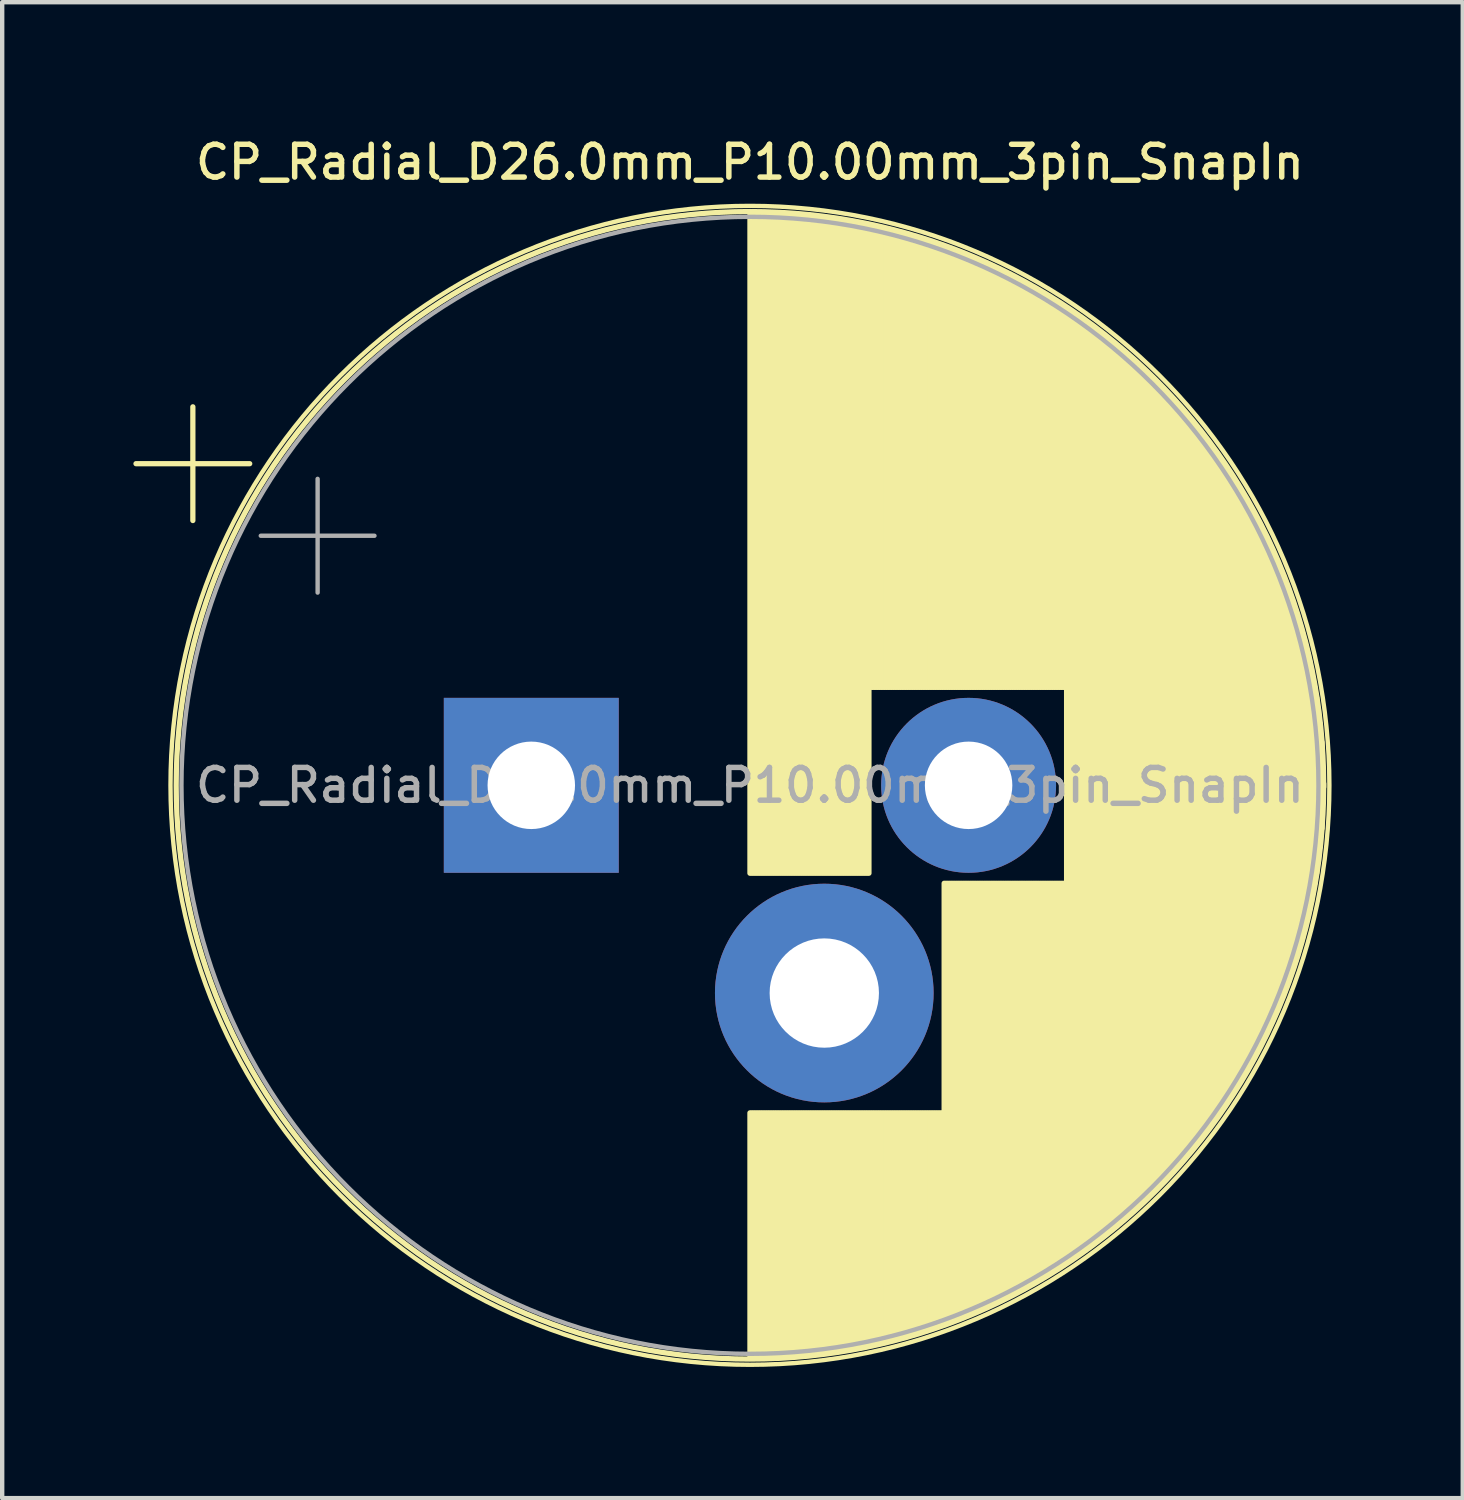
<source format=kicad_pcb>
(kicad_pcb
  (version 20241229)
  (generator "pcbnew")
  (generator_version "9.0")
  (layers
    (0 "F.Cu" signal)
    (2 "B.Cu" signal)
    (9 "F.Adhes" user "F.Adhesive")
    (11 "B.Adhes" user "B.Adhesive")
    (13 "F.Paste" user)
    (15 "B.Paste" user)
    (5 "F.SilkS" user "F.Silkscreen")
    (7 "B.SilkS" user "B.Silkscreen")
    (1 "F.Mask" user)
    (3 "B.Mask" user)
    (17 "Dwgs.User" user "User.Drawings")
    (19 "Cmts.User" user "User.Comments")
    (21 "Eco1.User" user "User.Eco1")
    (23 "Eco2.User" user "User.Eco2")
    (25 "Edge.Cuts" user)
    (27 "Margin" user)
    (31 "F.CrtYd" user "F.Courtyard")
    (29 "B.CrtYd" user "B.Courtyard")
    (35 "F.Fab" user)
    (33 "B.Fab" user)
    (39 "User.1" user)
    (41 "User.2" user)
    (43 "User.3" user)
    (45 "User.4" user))
  (footprint "CP_Radial_D26.0mm_P10.00mm_3pin_SnapIn"
    (layer "F.Cu")
    (at 9.099 14.908)
    (property "Reference" "CP_Radial_D26.0mm_P10.00mm_3pin_SnapIn" (at 5 -14.25 0) (layer "F.SilkS") (effects (font (size 0.75 0.75) (thickness 0.125))))
    (attr through_hole)
    (fp_line (start -9.039 -7.355) (end -6.439 -7.355) (stroke (width 0.12) (type solid)) (layer "F.SilkS"))
    (fp_line (start -7.739 -8.655) (end -7.739 -6.055) (stroke (width 0.12) (type solid)) (layer "F.SilkS"))
    (fp_line (start 5 -13.081) (end 5 2.01) (stroke (width 0.12) (type solid)) (layer "F.SilkS"))
    (fp_line (start 5 7.49) (end 5 13.081) (stroke (width 0.12) (type solid)) (layer "F.SilkS"))
    (fp_line (start 5.04 -13.08) (end 5.04 2.01) (stroke (width 0.12) (type solid)) (layer "F.SilkS"))
    (fp_line (start 5.04 7.49) (end 5.04 13.08) (stroke (width 0.12) (type solid)) (layer "F.SilkS"))
    (fp_line (start 5.08 -13.08) (end 5.08 2.01) (stroke (width 0.12) (type solid)) (layer "F.SilkS"))
    (fp_line (start 5.08 7.49) (end 5.08 13.08) (stroke (width 0.12) (type solid)) (layer "F.SilkS"))
    (fp_line (start 5.12 -13.08) (end 5.12 2.01) (stroke (width 0.12) (type solid)) (layer "F.SilkS"))
    (fp_line (start 5.12 7.49) (end 5.12 13.08) (stroke (width 0.12) (type solid)) (layer "F.SilkS"))
    (fp_line (start 5.16 -13.08) (end 5.16 2.01) (stroke (width 0.12) (type solid)) (layer "F.SilkS"))
    (fp_line (start 5.16 7.49) (end 5.16 13.08) (stroke (width 0.12) (type solid)) (layer "F.SilkS"))
    (fp_line (start 5.2 -13.079) (end 5.2 2.01) (stroke (width 0.12) (type solid)) (layer "F.SilkS"))
    (fp_line (start 5.2 7.49) (end 5.2 13.079) (stroke (width 0.12) (type solid)) (layer "F.SilkS"))
    (fp_line (start 5.24 -13.078) (end 5.24 2.01) (stroke (width 0.12) (type solid)) (layer "F.SilkS"))
    (fp_line (start 5.24 7.49) (end 5.24 13.078) (stroke (width 0.12) (type solid)) (layer "F.SilkS"))
    (fp_line (start 5.28 -13.078) (end 5.28 2.01) (stroke (width 0.12) (type solid)) (layer "F.SilkS"))
    (fp_line (start 5.28 7.49) (end 5.28 13.078) (stroke (width 0.12) (type solid)) (layer "F.SilkS"))
    (fp_line (start 5.32 -13.077) (end 5.32 2.01) (stroke (width 0.12) (type solid)) (layer "F.SilkS"))
    (fp_line (start 5.32 7.49) (end 5.32 13.077) (stroke (width 0.12) (type solid)) (layer "F.SilkS"))
    (fp_line (start 5.36 -13.076) (end 5.36 2.01) (stroke (width 0.12) (type solid)) (layer "F.SilkS"))
    (fp_line (start 5.36 7.49) (end 5.36 13.076) (stroke (width 0.12) (type solid)) (layer "F.SilkS"))
    (fp_line (start 5.4 -13.074) (end 5.4 2.01) (stroke (width 0.12) (type solid)) (layer "F.SilkS"))
    (fp_line (start 5.4 7.49) (end 5.4 13.074) (stroke (width 0.12) (type solid)) (layer "F.SilkS"))
    (fp_line (start 5.44 -13.073) (end 5.44 2.01) (stroke (width 0.12) (type solid)) (layer "F.SilkS"))
    (fp_line (start 5.44 7.49) (end 5.44 13.073) (stroke (width 0.12) (type solid)) (layer "F.SilkS"))
    (fp_line (start 5.48 -13.072) (end 5.48 2.01) (stroke (width 0.12) (type solid)) (layer "F.SilkS"))
    (fp_line (start 5.48 7.49) (end 5.48 13.072) (stroke (width 0.12) (type solid)) (layer "F.SilkS"))
    (fp_line (start 5.52 -13.07) (end 5.52 2.01) (stroke (width 0.12) (type solid)) (layer "F.SilkS"))
    (fp_line (start 5.52 7.49) (end 5.52 13.07) (stroke (width 0.12) (type solid)) (layer "F.SilkS"))
    (fp_line (start 5.56 -13.069) (end 5.56 2.01) (stroke (width 0.12) (type solid)) (layer "F.SilkS"))
    (fp_line (start 5.56 7.49) (end 5.56 13.069) (stroke (width 0.12) (type solid)) (layer "F.SilkS"))
    (fp_line (start 5.6 -13.067) (end 5.6 2.01) (stroke (width 0.12) (type solid)) (layer "F.SilkS"))
    (fp_line (start 5.6 7.49) (end 5.6 13.067) (stroke (width 0.12) (type solid)) (layer "F.SilkS"))
    (fp_line (start 5.64 -13.065) (end 5.64 2.01) (stroke (width 0.12) (type solid)) (layer "F.SilkS"))
    (fp_line (start 5.64 7.49) (end 5.64 13.065) (stroke (width 0.12) (type solid)) (layer "F.SilkS"))
    (fp_line (start 5.68 -13.063) (end 5.68 2.01) (stroke (width 0.12) (type solid)) (layer "F.SilkS"))
    (fp_line (start 5.68 7.49) (end 5.68 13.063) (stroke (width 0.12) (type solid)) (layer "F.SilkS"))
    (fp_line (start 5.721 -13.061) (end 5.721 2.01) (stroke (width 0.12) (type solid)) (layer "F.SilkS"))
    (fp_line (start 5.721 7.49) (end 5.721 13.061) (stroke (width 0.12) (type solid)) (layer "F.SilkS"))
    (fp_line (start 5.761 -13.058) (end 5.761 2.01) (stroke (width 0.12) (type solid)) (layer "F.SilkS"))
    (fp_line (start 5.761 7.49) (end 5.761 13.058) (stroke (width 0.12) (type solid)) (layer "F.SilkS"))
    (fp_line (start 5.801 -13.056) (end 5.801 2.01) (stroke (width 0.12) (type solid)) (layer "F.SilkS"))
    (fp_line (start 5.801 7.49) (end 5.801 13.056) (stroke (width 0.12) (type solid)) (layer "F.SilkS"))
    (fp_line (start 5.841 -13.054) (end 5.841 2.01) (stroke (width 0.12) (type solid)) (layer "F.SilkS"))
    (fp_line (start 5.841 7.49) (end 5.841 13.054) (stroke (width 0.12) (type solid)) (layer "F.SilkS"))
    (fp_line (start 5.881 -13.051) (end 5.881 2.01) (stroke (width 0.12) (type solid)) (layer "F.SilkS"))
    (fp_line (start 5.881 7.49) (end 5.881 13.051) (stroke (width 0.12) (type solid)) (layer "F.SilkS"))
    (fp_line (start 5.921 -13.048) (end 5.921 2.01) (stroke (width 0.12) (type solid)) (layer "F.SilkS"))
    (fp_line (start 5.921 7.49) (end 5.921 13.048) (stroke (width 0.12) (type solid)) (layer "F.SilkS"))
    (fp_line (start 5.961 -13.045) (end 5.961 2.01) (stroke (width 0.12) (type solid)) (layer "F.SilkS"))
    (fp_line (start 5.961 7.49) (end 5.961 13.045) (stroke (width 0.12) (type solid)) (layer "F.SilkS"))
    (fp_line (start 6.001 -13.042) (end 6.001 2.01) (stroke (width 0.12) (type solid)) (layer "F.SilkS"))
    (fp_line (start 6.001 7.49) (end 6.001 13.042) (stroke (width 0.12) (type solid)) (layer "F.SilkS"))
    (fp_line (start 6.041 -13.039) (end 6.041 2.01) (stroke (width 0.12) (type solid)) (layer "F.SilkS"))
    (fp_line (start 6.041 7.49) (end 6.041 13.039) (stroke (width 0.12) (type solid)) (layer "F.SilkS"))
    (fp_line (start 6.081 -13.036) (end 6.081 2.01) (stroke (width 0.12) (type solid)) (layer "F.SilkS"))
    (fp_line (start 6.081 7.49) (end 6.081 13.036) (stroke (width 0.12) (type solid)) (layer "F.SilkS"))
    (fp_line (start 6.121 -13.033) (end 6.121 2.01) (stroke (width 0.12) (type solid)) (layer "F.SilkS"))
    (fp_line (start 6.121 7.49) (end 6.121 13.033) (stroke (width 0.12) (type solid)) (layer "F.SilkS"))
    (fp_line (start 6.161 -13.029) (end 6.161 2.01) (stroke (width 0.12) (type solid)) (layer "F.SilkS"))
    (fp_line (start 6.161 7.49) (end 6.161 13.029) (stroke (width 0.12) (type solid)) (layer "F.SilkS"))
    (fp_line (start 6.201 -13.026) (end 6.201 2.01) (stroke (width 0.12) (type solid)) (layer "F.SilkS"))
    (fp_line (start 6.201 7.49) (end 6.201 13.026) (stroke (width 0.12) (type solid)) (layer "F.SilkS"))
    (fp_line (start 6.241 -13.022) (end 6.241 2.01) (stroke (width 0.12) (type solid)) (layer "F.SilkS"))
    (fp_line (start 6.241 7.49) (end 6.241 13.022) (stroke (width 0.12) (type solid)) (layer "F.SilkS"))
    (fp_line (start 6.281 -13.018) (end 6.281 2.01) (stroke (width 0.12) (type solid)) (layer "F.SilkS"))
    (fp_line (start 6.281 7.49) (end 6.281 13.018) (stroke (width 0.12) (type solid)) (layer "F.SilkS"))
    (fp_line (start 6.321 -13.014) (end 6.321 2.01) (stroke (width 0.12) (type solid)) (layer "F.SilkS"))
    (fp_line (start 6.321 7.49) (end 6.321 13.014) (stroke (width 0.12) (type solid)) (layer "F.SilkS"))
    (fp_line (start 6.361 -13.01) (end 6.361 2.01) (stroke (width 0.12) (type solid)) (layer "F.SilkS"))
    (fp_line (start 6.361 7.49) (end 6.361 13.01) (stroke (width 0.12) (type solid)) (layer "F.SilkS"))
    (fp_line (start 6.401 -13.006) (end 6.401 2.01) (stroke (width 0.12) (type solid)) (layer "F.SilkS"))
    (fp_line (start 6.401 7.49) (end 6.401 13.006) (stroke (width 0.12) (type solid)) (layer "F.SilkS"))
    (fp_line (start 6.441 -13.001) (end 6.441 2.01) (stroke (width 0.12) (type solid)) (layer "F.SilkS"))
    (fp_line (start 6.441 7.49) (end 6.441 13.001) (stroke (width 0.12) (type solid)) (layer "F.SilkS"))
    (fp_line (start 6.481 -12.997) (end 6.481 2.01) (stroke (width 0.12) (type solid)) (layer "F.SilkS"))
    (fp_line (start 6.481 7.49) (end 6.481 12.997) (stroke (width 0.12) (type solid)) (layer "F.SilkS"))
    (fp_line (start 6.521 -12.992) (end 6.521 2.01) (stroke (width 0.12) (type solid)) (layer "F.SilkS"))
    (fp_line (start 6.521 7.49) (end 6.521 12.992) (stroke (width 0.12) (type solid)) (layer "F.SilkS"))
    (fp_line (start 6.561 -12.987) (end 6.561 2.01) (stroke (width 0.12) (type solid)) (layer "F.SilkS"))
    (fp_line (start 6.561 7.49) (end 6.561 12.987) (stroke (width 0.12) (type solid)) (layer "F.SilkS"))
    (fp_line (start 6.601 -12.983) (end 6.601 2.01) (stroke (width 0.12) (type solid)) (layer "F.SilkS"))
    (fp_line (start 6.601 7.49) (end 6.601 12.983) (stroke (width 0.12) (type solid)) (layer "F.SilkS"))
    (fp_line (start 6.641 -12.978) (end 6.641 2.01) (stroke (width 0.12) (type solid)) (layer "F.SilkS"))
    (fp_line (start 6.641 7.49) (end 6.641 12.978) (stroke (width 0.12) (type solid)) (layer "F.SilkS"))
    (fp_line (start 6.681 -12.972) (end 6.681 2.01) (stroke (width 0.12) (type solid)) (layer "F.SilkS"))
    (fp_line (start 6.681 7.49) (end 6.681 12.972) (stroke (width 0.12) (type solid)) (layer "F.SilkS"))
    (fp_line (start 6.721 -12.967) (end 6.721 2.01) (stroke (width 0.12) (type solid)) (layer "F.SilkS"))
    (fp_line (start 6.721 7.49) (end 6.721 12.967) (stroke (width 0.12) (type solid)) (layer "F.SilkS"))
    (fp_line (start 6.761 -12.962) (end 6.761 2.01) (stroke (width 0.12) (type solid)) (layer "F.SilkS"))
    (fp_line (start 6.761 7.49) (end 6.761 12.962) (stroke (width 0.12) (type solid)) (layer "F.SilkS"))
    (fp_line (start 6.801 -12.956) (end 6.801 2.01) (stroke (width 0.12) (type solid)) (layer "F.SilkS"))
    (fp_line (start 6.801 7.49) (end 6.801 12.956) (stroke (width 0.12) (type solid)) (layer "F.SilkS"))
    (fp_line (start 6.841 -12.951) (end 6.841 2.01) (stroke (width 0.12) (type solid)) (layer "F.SilkS"))
    (fp_line (start 6.841 7.49) (end 6.841 12.951) (stroke (width 0.12) (type solid)) (layer "F.SilkS"))
    (fp_line (start 6.881 -12.945) (end 6.881 2.01) (stroke (width 0.12) (type solid)) (layer "F.SilkS"))
    (fp_line (start 6.881 7.49) (end 6.881 12.945) (stroke (width 0.12) (type solid)) (layer "F.SilkS"))
    (fp_line (start 6.921 -12.939) (end 6.921 2.01) (stroke (width 0.12) (type solid)) (layer "F.SilkS"))
    (fp_line (start 6.921 7.49) (end 6.921 12.939) (stroke (width 0.12) (type solid)) (layer "F.SilkS"))
    (fp_line (start 6.961 -12.933) (end 6.961 2.01) (stroke (width 0.12) (type solid)) (layer "F.SilkS"))
    (fp_line (start 6.961 7.49) (end 6.961 12.933) (stroke (width 0.12) (type solid)) (layer "F.SilkS"))
    (fp_line (start 7.001 -12.927) (end 7.001 2.01) (stroke (width 0.12) (type solid)) (layer "F.SilkS"))
    (fp_line (start 7.001 7.49) (end 7.001 12.927) (stroke (width 0.12) (type solid)) (layer "F.SilkS"))
    (fp_line (start 7.041 -12.921) (end 7.041 2.01) (stroke (width 0.12) (type solid)) (layer "F.SilkS"))
    (fp_line (start 7.041 7.49) (end 7.041 12.921) (stroke (width 0.12) (type solid)) (layer "F.SilkS"))
    (fp_line (start 7.081 -12.915) (end 7.081 2.01) (stroke (width 0.12) (type solid)) (layer "F.SilkS"))
    (fp_line (start 7.081 7.49) (end 7.081 12.915) (stroke (width 0.12) (type solid)) (layer "F.SilkS"))
    (fp_line (start 7.121 -12.908) (end 7.121 2.01) (stroke (width 0.12) (type solid)) (layer "F.SilkS"))
    (fp_line (start 7.121 7.49) (end 7.121 12.908) (stroke (width 0.12) (type solid)) (layer "F.SilkS"))
    (fp_line (start 7.161 -12.901) (end 7.161 2.01) (stroke (width 0.12) (type solid)) (layer "F.SilkS"))
    (fp_line (start 7.161 7.49) (end 7.161 12.901) (stroke (width 0.12) (type solid)) (layer "F.SilkS"))
    (fp_line (start 7.201 -12.895) (end 7.201 2.01) (stroke (width 0.12) (type solid)) (layer "F.SilkS"))
    (fp_line (start 7.201 7.49) (end 7.201 12.895) (stroke (width 0.12) (type solid)) (layer "F.SilkS"))
    (fp_line (start 7.241 -12.888) (end 7.241 2.01) (stroke (width 0.12) (type solid)) (layer "F.SilkS"))
    (fp_line (start 7.241 7.49) (end 7.241 12.888) (stroke (width 0.12) (type solid)) (layer "F.SilkS"))
    (fp_line (start 7.281 -12.881) (end 7.281 2.01) (stroke (width 0.12) (type solid)) (layer "F.SilkS"))
    (fp_line (start 7.281 7.49) (end 7.281 12.881) (stroke (width 0.12) (type solid)) (layer "F.SilkS"))
    (fp_line (start 7.321 -12.874) (end 7.321 2.01) (stroke (width 0.12) (type solid)) (layer "F.SilkS"))
    (fp_line (start 7.321 7.49) (end 7.321 12.874) (stroke (width 0.12) (type solid)) (layer "F.SilkS"))
    (fp_line (start 7.361 -12.866) (end 7.361 2.01) (stroke (width 0.12) (type solid)) (layer "F.SilkS"))
    (fp_line (start 7.361 7.49) (end 7.361 12.866) (stroke (width 0.12) (type solid)) (layer "F.SilkS"))
    (fp_line (start 7.401 -12.859) (end 7.401 2.01) (stroke (width 0.12) (type solid)) (layer "F.SilkS"))
    (fp_line (start 7.401 7.49) (end 7.401 12.859) (stroke (width 0.12) (type solid)) (layer "F.SilkS"))
    (fp_line (start 7.441 -12.852) (end 7.441 2.01) (stroke (width 0.12) (type solid)) (layer "F.SilkS"))
    (fp_line (start 7.441 7.49) (end 7.441 12.852) (stroke (width 0.12) (type solid)) (layer "F.SilkS"))
    (fp_line (start 7.481 -12.844) (end 7.481 2.01) (stroke (width 0.12) (type solid)) (layer "F.SilkS"))
    (fp_line (start 7.481 7.49) (end 7.481 12.844) (stroke (width 0.12) (type solid)) (layer "F.SilkS"))
    (fp_line (start 7.521 -12.836) (end 7.521 2.01) (stroke (width 0.12) (type solid)) (layer "F.SilkS"))
    (fp_line (start 7.521 7.49) (end 7.521 12.836) (stroke (width 0.12) (type solid)) (layer "F.SilkS"))
    (fp_line (start 7.561 -12.828) (end 7.561 2.01) (stroke (width 0.12) (type solid)) (layer "F.SilkS"))
    (fp_line (start 7.561 7.49) (end 7.561 12.828) (stroke (width 0.12) (type solid)) (layer "F.SilkS"))
    (fp_line (start 7.601 -12.82) (end 7.601 2.01) (stroke (width 0.12) (type solid)) (layer "F.SilkS"))
    (fp_line (start 7.601 7.49) (end 7.601 12.82) (stroke (width 0.12) (type solid)) (layer "F.SilkS"))
    (fp_line (start 7.641 -12.812) (end 7.641 2.01) (stroke (width 0.12) (type solid)) (layer "F.SilkS"))
    (fp_line (start 7.641 7.49) (end 7.641 12.812) (stroke (width 0.12) (type solid)) (layer "F.SilkS"))
    (fp_line (start 7.681 -12.804) (end 7.681 2.01) (stroke (width 0.12) (type solid)) (layer "F.SilkS"))
    (fp_line (start 7.681 7.49) (end 7.681 12.804) (stroke (width 0.12) (type solid)) (layer "F.SilkS"))
    (fp_line (start 7.721 -12.795) (end 7.721 2.01) (stroke (width 0.12) (type solid)) (layer "F.SilkS"))
    (fp_line (start 7.721 7.49) (end 7.721 12.795) (stroke (width 0.12) (type solid)) (layer "F.SilkS"))
    (fp_line (start 7.761 -12.787) (end 7.761 -2.24) (stroke (width 0.12) (type solid)) (layer "F.SilkS"))
    (fp_line (start 7.761 7.49) (end 7.761 12.787) (stroke (width 0.12) (type solid)) (layer "F.SilkS"))
    (fp_line (start 7.801 -12.778) (end 7.801 -2.24) (stroke (width 0.12) (type solid)) (layer "F.SilkS"))
    (fp_line (start 7.801 7.49) (end 7.801 12.778) (stroke (width 0.12) (type solid)) (layer "F.SilkS"))
    (fp_line (start 7.841 -12.769) (end 7.841 -2.24) (stroke (width 0.12) (type solid)) (layer "F.SilkS"))
    (fp_line (start 7.841 7.49) (end 7.841 12.769) (stroke (width 0.12) (type solid)) (layer "F.SilkS"))
    (fp_line (start 7.881 -12.761) (end 7.881 -2.24) (stroke (width 0.12) (type solid)) (layer "F.SilkS"))
    (fp_line (start 7.881 7.49) (end 7.881 12.761) (stroke (width 0.12) (type solid)) (layer "F.SilkS"))
    (fp_line (start 7.921 -12.751) (end 7.921 -2.24) (stroke (width 0.12) (type solid)) (layer "F.SilkS"))
    (fp_line (start 7.921 7.49) (end 7.921 12.751) (stroke (width 0.12) (type solid)) (layer "F.SilkS"))
    (fp_line (start 7.961 -12.742) (end 7.961 -2.24) (stroke (width 0.12) (type solid)) (layer "F.SilkS"))
    (fp_line (start 7.961 7.49) (end 7.961 12.742) (stroke (width 0.12) (type solid)) (layer "F.SilkS"))
    (fp_line (start 8.001 -12.733) (end 8.001 -2.24) (stroke (width 0.12) (type solid)) (layer "F.SilkS"))
    (fp_line (start 8.001 7.49) (end 8.001 12.733) (stroke (width 0.12) (type solid)) (layer "F.SilkS"))
    (fp_line (start 8.041 -12.723) (end 8.041 -2.24) (stroke (width 0.12) (type solid)) (layer "F.SilkS"))
    (fp_line (start 8.041 7.49) (end 8.041 12.723) (stroke (width 0.12) (type solid)) (layer "F.SilkS"))
    (fp_line (start 8.081 -12.714) (end 8.081 -2.24) (stroke (width 0.12) (type solid)) (layer "F.SilkS"))
    (fp_line (start 8.081 7.49) (end 8.081 12.714) (stroke (width 0.12) (type solid)) (layer "F.SilkS"))
    (fp_line (start 8.121 -12.704) (end 8.121 -2.24) (stroke (width 0.12) (type solid)) (layer "F.SilkS"))
    (fp_line (start 8.121 7.49) (end 8.121 12.704) (stroke (width 0.12) (type solid)) (layer "F.SilkS"))
    (fp_line (start 8.161 -12.694) (end 8.161 -2.24) (stroke (width 0.12) (type solid)) (layer "F.SilkS"))
    (fp_line (start 8.161 7.49) (end 8.161 12.694) (stroke (width 0.12) (type solid)) (layer "F.SilkS"))
    (fp_line (start 8.201 -12.684) (end 8.201 -2.24) (stroke (width 0.12) (type solid)) (layer "F.SilkS"))
    (fp_line (start 8.201 7.49) (end 8.201 12.684) (stroke (width 0.12) (type solid)) (layer "F.SilkS"))
    (fp_line (start 8.241 -12.674) (end 8.241 -2.24) (stroke (width 0.12) (type solid)) (layer "F.SilkS"))
    (fp_line (start 8.241 7.49) (end 8.241 12.674) (stroke (width 0.12) (type solid)) (layer "F.SilkS"))
    (fp_line (start 8.281 -12.664) (end 8.281 -2.24) (stroke (width 0.12) (type solid)) (layer "F.SilkS"))
    (fp_line (start 8.281 7.49) (end 8.281 12.664) (stroke (width 0.12) (type solid)) (layer "F.SilkS"))
    (fp_line (start 8.321 -12.653) (end 8.321 -2.24) (stroke (width 0.12) (type solid)) (layer "F.SilkS"))
    (fp_line (start 8.321 7.49) (end 8.321 12.653) (stroke (width 0.12) (type solid)) (layer "F.SilkS"))
    (fp_line (start 8.361 -12.643) (end 8.361 -2.24) (stroke (width 0.12) (type solid)) (layer "F.SilkS"))
    (fp_line (start 8.361 7.49) (end 8.361 12.643) (stroke (width 0.12) (type solid)) (layer "F.SilkS"))
    (fp_line (start 8.401 -12.632) (end 8.401 -2.24) (stroke (width 0.12) (type solid)) (layer "F.SilkS"))
    (fp_line (start 8.401 7.49) (end 8.401 12.632) (stroke (width 0.12) (type solid)) (layer "F.SilkS"))
    (fp_line (start 8.441 -12.621) (end 8.441 -2.24) (stroke (width 0.12) (type solid)) (layer "F.SilkS"))
    (fp_line (start 8.441 7.49) (end 8.441 12.621) (stroke (width 0.12) (type solid)) (layer "F.SilkS"))
    (fp_line (start 8.481 -12.611) (end 8.481 -2.24) (stroke (width 0.12) (type solid)) (layer "F.SilkS"))
    (fp_line (start 8.481 7.49) (end 8.481 12.611) (stroke (width 0.12) (type solid)) (layer "F.SilkS"))
    (fp_line (start 8.521 -12.599) (end 8.521 -2.24) (stroke (width 0.12) (type solid)) (layer "F.SilkS"))
    (fp_line (start 8.521 7.49) (end 8.521 12.599) (stroke (width 0.12) (type solid)) (layer "F.SilkS"))
    (fp_line (start 8.561 -12.588) (end 8.561 -2.24) (stroke (width 0.12) (type solid)) (layer "F.SilkS"))
    (fp_line (start 8.561 7.49) (end 8.561 12.588) (stroke (width 0.12) (type solid)) (layer "F.SilkS"))
    (fp_line (start 8.601 -12.577) (end 8.601 -2.24) (stroke (width 0.12) (type solid)) (layer "F.SilkS"))
    (fp_line (start 8.601 7.49) (end 8.601 12.577) (stroke (width 0.12) (type solid)) (layer "F.SilkS"))
    (fp_line (start 8.641 -12.565) (end 8.641 -2.24) (stroke (width 0.12) (type solid)) (layer "F.SilkS"))
    (fp_line (start 8.641 7.49) (end 8.641 12.565) (stroke (width 0.12) (type solid)) (layer "F.SilkS"))
    (fp_line (start 8.681 -12.554) (end 8.681 -2.24) (stroke (width 0.12) (type solid)) (layer "F.SilkS"))
    (fp_line (start 8.681 7.49) (end 8.681 12.554) (stroke (width 0.12) (type solid)) (layer "F.SilkS"))
    (fp_line (start 8.721 -12.542) (end 8.721 -2.24) (stroke (width 0.12) (type solid)) (layer "F.SilkS"))
    (fp_line (start 8.721 7.49) (end 8.721 12.542) (stroke (width 0.12) (type solid)) (layer "F.SilkS"))
    (fp_line (start 8.761 -12.53) (end 8.761 -2.24) (stroke (width 0.12) (type solid)) (layer "F.SilkS"))
    (fp_line (start 8.761 7.49) (end 8.761 12.53) (stroke (width 0.12) (type solid)) (layer "F.SilkS"))
    (fp_line (start 8.801 -12.518) (end 8.801 -2.24) (stroke (width 0.12) (type solid)) (layer "F.SilkS"))
    (fp_line (start 8.801 7.49) (end 8.801 12.518) (stroke (width 0.12) (type solid)) (layer "F.SilkS"))
    (fp_line (start 8.841 -12.506) (end 8.841 -2.24) (stroke (width 0.12) (type solid)) (layer "F.SilkS"))
    (fp_line (start 8.841 7.49) (end 8.841 12.506) (stroke (width 0.12) (type solid)) (layer "F.SilkS"))
    (fp_line (start 8.881 -12.494) (end 8.881 -2.24) (stroke (width 0.12) (type solid)) (layer "F.SilkS"))
    (fp_line (start 8.881 7.49) (end 8.881 12.494) (stroke (width 0.12) (type solid)) (layer "F.SilkS"))
    (fp_line (start 8.921 -12.481) (end 8.921 -2.24) (stroke (width 0.12) (type solid)) (layer "F.SilkS"))
    (fp_line (start 8.921 7.49) (end 8.921 12.481) (stroke (width 0.12) (type solid)) (layer "F.SilkS"))
    (fp_line (start 8.961 -12.469) (end 8.961 -2.24) (stroke (width 0.12) (type solid)) (layer "F.SilkS"))
    (fp_line (start 8.961 7.49) (end 8.961 12.469) (stroke (width 0.12) (type solid)) (layer "F.SilkS"))
    (fp_line (start 9.001 -12.456) (end 9.001 -2.24) (stroke (width 0.12) (type solid)) (layer "F.SilkS"))
    (fp_line (start 9.001 7.49) (end 9.001 12.456) (stroke (width 0.12) (type solid)) (layer "F.SilkS"))
    (fp_line (start 9.041 -12.443) (end 9.041 -2.24) (stroke (width 0.12) (type solid)) (layer "F.SilkS"))
    (fp_line (start 9.041 7.49) (end 9.041 12.443) (stroke (width 0.12) (type solid)) (layer "F.SilkS"))
    (fp_line (start 9.081 -12.43) (end 9.081 -2.24) (stroke (width 0.12) (type solid)) (layer "F.SilkS"))
    (fp_line (start 9.081 7.49) (end 9.081 12.43) (stroke (width 0.12) (type solid)) (layer "F.SilkS"))
    (fp_line (start 9.121 -12.417) (end 9.121 -2.24) (stroke (width 0.12) (type solid)) (layer "F.SilkS"))
    (fp_line (start 9.121 7.49) (end 9.121 12.417) (stroke (width 0.12) (type solid)) (layer "F.SilkS"))
    (fp_line (start 9.161 -12.404) (end 9.161 -2.24) (stroke (width 0.12) (type solid)) (layer "F.SilkS"))
    (fp_line (start 9.161 7.49) (end 9.161 12.404) (stroke (width 0.12) (type solid)) (layer "F.SilkS"))
    (fp_line (start 9.201 -12.39) (end 9.201 -2.24) (stroke (width 0.12) (type solid)) (layer "F.SilkS"))
    (fp_line (start 9.201 7.49) (end 9.201 12.39) (stroke (width 0.12) (type solid)) (layer "F.SilkS"))
    (fp_line (start 9.241 -12.376) (end 9.241 -2.24) (stroke (width 0.12) (type solid)) (layer "F.SilkS"))
    (fp_line (start 9.241 7.49) (end 9.241 12.376) (stroke (width 0.12) (type solid)) (layer "F.SilkS"))
    (fp_line (start 9.281 -12.363) (end 9.281 -2.24) (stroke (width 0.12) (type solid)) (layer "F.SilkS"))
    (fp_line (start 9.281 7.49) (end 9.281 12.363) (stroke (width 0.12) (type solid)) (layer "F.SilkS"))
    (fp_line (start 9.321 -12.349) (end 9.321 -2.24) (stroke (width 0.12) (type solid)) (layer "F.SilkS"))
    (fp_line (start 9.321 7.49) (end 9.321 12.349) (stroke (width 0.12) (type solid)) (layer "F.SilkS"))
    (fp_line (start 9.361 -12.335) (end 9.361 -2.24) (stroke (width 0.12) (type solid)) (layer "F.SilkS"))
    (fp_line (start 9.361 7.49) (end 9.361 12.335) (stroke (width 0.12) (type solid)) (layer "F.SilkS"))
    (fp_line (start 9.401 -12.321) (end 9.401 -2.24) (stroke (width 0.12) (type solid)) (layer "F.SilkS"))
    (fp_line (start 9.401 7.49) (end 9.401 12.321) (stroke (width 0.12) (type solid)) (layer "F.SilkS"))
    (fp_line (start 9.441 -12.306) (end 9.441 -2.24) (stroke (width 0.12) (type solid)) (layer "F.SilkS"))
    (fp_line (start 9.441 2.24) (end 9.441 12.306) (stroke (width 0.12) (type solid)) (layer "F.SilkS"))
    (fp_line (start 9.481 -12.292) (end 9.481 -2.24) (stroke (width 0.12) (type solid)) (layer "F.SilkS"))
    (fp_line (start 9.481 2.24) (end 9.481 12.292) (stroke (width 0.12) (type solid)) (layer "F.SilkS"))
    (fp_line (start 9.521 -12.277) (end 9.521 -2.24) (stroke (width 0.12) (type solid)) (layer "F.SilkS"))
    (fp_line (start 9.521 2.24) (end 9.521 12.277) (stroke (width 0.12) (type solid)) (layer "F.SilkS"))
    (fp_line (start 9.561 -12.263) (end 9.561 -2.24) (stroke (width 0.12) (type solid)) (layer "F.SilkS"))
    (fp_line (start 9.561 2.24) (end 9.561 12.263) (stroke (width 0.12) (type solid)) (layer "F.SilkS"))
    (fp_line (start 9.601 -12.248) (end 9.601 -2.24) (stroke (width 0.12) (type solid)) (layer "F.SilkS"))
    (fp_line (start 9.601 2.24) (end 9.601 12.248) (stroke (width 0.12) (type solid)) (layer "F.SilkS"))
    (fp_line (start 9.641 -12.233) (end 9.641 -2.24) (stroke (width 0.12) (type solid)) (layer "F.SilkS"))
    (fp_line (start 9.641 2.24) (end 9.641 12.233) (stroke (width 0.12) (type solid)) (layer "F.SilkS"))
    (fp_line (start 9.681 -12.217) (end 9.681 -2.24) (stroke (width 0.12) (type solid)) (layer "F.SilkS"))
    (fp_line (start 9.681 2.24) (end 9.681 12.217) (stroke (width 0.12) (type solid)) (layer "F.SilkS"))
    (fp_line (start 9.721 -12.202) (end 9.721 -2.24) (stroke (width 0.12) (type solid)) (layer "F.SilkS"))
    (fp_line (start 9.721 2.24) (end 9.721 12.202) (stroke (width 0.12) (type solid)) (layer "F.SilkS"))
    (fp_line (start 9.761 -12.187) (end 9.761 -2.24) (stroke (width 0.12) (type solid)) (layer "F.SilkS"))
    (fp_line (start 9.761 2.24) (end 9.761 12.187) (stroke (width 0.12) (type solid)) (layer "F.SilkS"))
    (fp_line (start 9.801 -12.171) (end 9.801 -2.24) (stroke (width 0.12) (type solid)) (layer "F.SilkS"))
    (fp_line (start 9.801 2.24) (end 9.801 12.171) (stroke (width 0.12) (type solid)) (layer "F.SilkS"))
    (fp_line (start 9.841 -12.155) (end 9.841 -2.24) (stroke (width 0.12) (type solid)) (layer "F.SilkS"))
    (fp_line (start 9.841 2.24) (end 9.841 12.155) (stroke (width 0.12) (type solid)) (layer "F.SilkS"))
    (fp_line (start 9.881 -12.139) (end 9.881 -2.24) (stroke (width 0.12) (type solid)) (layer "F.SilkS"))
    (fp_line (start 9.881 2.24) (end 9.881 12.139) (stroke (width 0.12) (type solid)) (layer "F.SilkS"))
    (fp_line (start 9.921 -12.123) (end 9.921 -2.24) (stroke (width 0.12) (type solid)) (layer "F.SilkS"))
    (fp_line (start 9.921 2.24) (end 9.921 12.123) (stroke (width 0.12) (type solid)) (layer "F.SilkS"))
    (fp_line (start 9.961 -12.107) (end 9.961 -2.24) (stroke (width 0.12) (type solid)) (layer "F.SilkS"))
    (fp_line (start 9.961 2.24) (end 9.961 12.107) (stroke (width 0.12) (type solid)) (layer "F.SilkS"))
    (fp_line (start 10.001 -12.09) (end 10.001 -2.24) (stroke (width 0.12) (type solid)) (layer "F.SilkS"))
    (fp_line (start 10.001 2.24) (end 10.001 12.09) (stroke (width 0.12) (type solid)) (layer "F.SilkS"))
    (fp_line (start 10.041 -12.074) (end 10.041 -2.24) (stroke (width 0.12) (type solid)) (layer "F.SilkS"))
    (fp_line (start 10.041 2.24) (end 10.041 12.074) (stroke (width 0.12) (type solid)) (layer "F.SilkS"))
    (fp_line (start 10.081 -12.057) (end 10.081 -2.24) (stroke (width 0.12) (type solid)) (layer "F.SilkS"))
    (fp_line (start 10.081 2.24) (end 10.081 12.057) (stroke (width 0.12) (type solid)) (layer "F.SilkS"))
    (fp_line (start 10.121 -12.04) (end 10.121 -2.24) (stroke (width 0.12) (type solid)) (layer "F.SilkS"))
    (fp_line (start 10.121 2.24) (end 10.121 12.04) (stroke (width 0.12) (type solid)) (layer "F.SilkS"))
    (fp_line (start 10.161 -12.023) (end 10.161 -2.24) (stroke (width 0.12) (type solid)) (layer "F.SilkS"))
    (fp_line (start 10.161 2.24) (end 10.161 12.023) (stroke (width 0.12) (type solid)) (layer "F.SilkS"))
    (fp_line (start 10.201 -12.006) (end 10.201 -2.24) (stroke (width 0.12) (type solid)) (layer "F.SilkS"))
    (fp_line (start 10.201 2.24) (end 10.201 12.006) (stroke (width 0.12) (type solid)) (layer "F.SilkS"))
    (fp_line (start 10.241 -11.989) (end 10.241 -2.24) (stroke (width 0.12) (type solid)) (layer "F.SilkS"))
    (fp_line (start 10.241 2.24) (end 10.241 11.989) (stroke (width 0.12) (type solid)) (layer "F.SilkS"))
    (fp_line (start 10.281 -11.971) (end 10.281 -2.24) (stroke (width 0.12) (type solid)) (layer "F.SilkS"))
    (fp_line (start 10.281 2.24) (end 10.281 11.971) (stroke (width 0.12) (type solid)) (layer "F.SilkS"))
    (fp_line (start 10.321 -11.953) (end 10.321 -2.24) (stroke (width 0.12) (type solid)) (layer "F.SilkS"))
    (fp_line (start 10.321 2.24) (end 10.321 11.953) (stroke (width 0.12) (type solid)) (layer "F.SilkS"))
    (fp_line (start 10.361 -11.936) (end 10.361 -2.24) (stroke (width 0.12) (type solid)) (layer "F.SilkS"))
    (fp_line (start 10.361 2.24) (end 10.361 11.936) (stroke (width 0.12) (type solid)) (layer "F.SilkS"))
    (fp_line (start 10.401 -11.918) (end 10.401 -2.24) (stroke (width 0.12) (type solid)) (layer "F.SilkS"))
    (fp_line (start 10.401 2.24) (end 10.401 11.918) (stroke (width 0.12) (type solid)) (layer "F.SilkS"))
    (fp_line (start 10.441 -11.9) (end 10.441 -2.24) (stroke (width 0.12) (type solid)) (layer "F.SilkS"))
    (fp_line (start 10.441 2.24) (end 10.441 11.9) (stroke (width 0.12) (type solid)) (layer "F.SilkS"))
    (fp_line (start 10.481 -11.881) (end 10.481 -2.24) (stroke (width 0.12) (type solid)) (layer "F.SilkS"))
    (fp_line (start 10.481 2.24) (end 10.481 11.881) (stroke (width 0.12) (type solid)) (layer "F.SilkS"))
    (fp_line (start 10.521 -11.863) (end 10.521 -2.24) (stroke (width 0.12) (type solid)) (layer "F.SilkS"))
    (fp_line (start 10.521 2.24) (end 10.521 11.863) (stroke (width 0.12) (type solid)) (layer "F.SilkS"))
    (fp_line (start 10.561 -11.844) (end 10.561 -2.24) (stroke (width 0.12) (type solid)) (layer "F.SilkS"))
    (fp_line (start 10.561 2.24) (end 10.561 11.844) (stroke (width 0.12) (type solid)) (layer "F.SilkS"))
    (fp_line (start 10.601 -11.825) (end 10.601 -2.24) (stroke (width 0.12) (type solid)) (layer "F.SilkS"))
    (fp_line (start 10.601 2.24) (end 10.601 11.825) (stroke (width 0.12) (type solid)) (layer "F.SilkS"))
    (fp_line (start 10.641 -11.806) (end 10.641 -2.24) (stroke (width 0.12) (type solid)) (layer "F.SilkS"))
    (fp_line (start 10.641 2.24) (end 10.641 11.806) (stroke (width 0.12) (type solid)) (layer "F.SilkS"))
    (fp_line (start 10.681 -11.787) (end 10.681 -2.24) (stroke (width 0.12) (type solid)) (layer "F.SilkS"))
    (fp_line (start 10.681 2.24) (end 10.681 11.787) (stroke (width 0.12) (type solid)) (layer "F.SilkS"))
    (fp_line (start 10.721 -11.768) (end 10.721 -2.24) (stroke (width 0.12) (type solid)) (layer "F.SilkS"))
    (fp_line (start 10.721 2.24) (end 10.721 11.768) (stroke (width 0.12) (type solid)) (layer "F.SilkS"))
    (fp_line (start 10.761 -11.748) (end 10.761 -2.24) (stroke (width 0.12) (type solid)) (layer "F.SilkS"))
    (fp_line (start 10.761 2.24) (end 10.761 11.748) (stroke (width 0.12) (type solid)) (layer "F.SilkS"))
    (fp_line (start 10.801 -11.729) (end 10.801 -2.24) (stroke (width 0.12) (type solid)) (layer "F.SilkS"))
    (fp_line (start 10.801 2.24) (end 10.801 11.729) (stroke (width 0.12) (type solid)) (layer "F.SilkS"))
    (fp_line (start 10.841 -11.709) (end 10.841 -2.24) (stroke (width 0.12) (type solid)) (layer "F.SilkS"))
    (fp_line (start 10.841 2.24) (end 10.841 11.709) (stroke (width 0.12) (type solid)) (layer "F.SilkS"))
    (fp_line (start 10.881 -11.689) (end 10.881 -2.24) (stroke (width 0.12) (type solid)) (layer "F.SilkS"))
    (fp_line (start 10.881 2.24) (end 10.881 11.689) (stroke (width 0.12) (type solid)) (layer "F.SilkS"))
    (fp_line (start 10.921 -11.669) (end 10.921 -2.24) (stroke (width 0.12) (type solid)) (layer "F.SilkS"))
    (fp_line (start 10.921 2.24) (end 10.921 11.669) (stroke (width 0.12) (type solid)) (layer "F.SilkS"))
    (fp_line (start 10.961 -11.649) (end 10.961 -2.24) (stroke (width 0.12) (type solid)) (layer "F.SilkS"))
    (fp_line (start 10.961 2.24) (end 10.961 11.649) (stroke (width 0.12) (type solid)) (layer "F.SilkS"))
    (fp_line (start 11.001 -11.628) (end 11.001 -2.24) (stroke (width 0.12) (type solid)) (layer "F.SilkS"))
    (fp_line (start 11.001 2.24) (end 11.001 11.628) (stroke (width 0.12) (type solid)) (layer "F.SilkS"))
    (fp_line (start 11.041 -11.608) (end 11.041 -2.24) (stroke (width 0.12) (type solid)) (layer "F.SilkS"))
    (fp_line (start 11.041 2.24) (end 11.041 11.608) (stroke (width 0.12) (type solid)) (layer "F.SilkS"))
    (fp_line (start 11.081 -11.587) (end 11.081 -2.24) (stroke (width 0.12) (type solid)) (layer "F.SilkS"))
    (fp_line (start 11.081 2.24) (end 11.081 11.587) (stroke (width 0.12) (type solid)) (layer "F.SilkS"))
    (fp_line (start 11.121 -11.566) (end 11.121 -2.24) (stroke (width 0.12) (type solid)) (layer "F.SilkS"))
    (fp_line (start 11.121 2.24) (end 11.121 11.566) (stroke (width 0.12) (type solid)) (layer "F.SilkS"))
    (fp_line (start 11.161 -11.544) (end 11.161 -2.24) (stroke (width 0.12) (type solid)) (layer "F.SilkS"))
    (fp_line (start 11.161 2.24) (end 11.161 11.544) (stroke (width 0.12) (type solid)) (layer "F.SilkS"))
    (fp_line (start 11.201 -11.523) (end 11.201 -2.24) (stroke (width 0.12) (type solid)) (layer "F.SilkS"))
    (fp_line (start 11.201 2.24) (end 11.201 11.523) (stroke (width 0.12) (type solid)) (layer "F.SilkS"))
    (fp_line (start 11.241 -11.502) (end 11.241 -2.24) (stroke (width 0.12) (type solid)) (layer "F.SilkS"))
    (fp_line (start 11.241 2.24) (end 11.241 11.502) (stroke (width 0.12) (type solid)) (layer "F.SilkS"))
    (fp_line (start 11.281 -11.48) (end 11.281 -2.24) (stroke (width 0.12) (type solid)) (layer "F.SilkS"))
    (fp_line (start 11.281 2.24) (end 11.281 11.48) (stroke (width 0.12) (type solid)) (layer "F.SilkS"))
    (fp_line (start 11.321 -11.458) (end 11.321 -2.24) (stroke (width 0.12) (type solid)) (layer "F.SilkS"))
    (fp_line (start 11.321 2.24) (end 11.321 11.458) (stroke (width 0.12) (type solid)) (layer "F.SilkS"))
    (fp_line (start 11.361 -11.436) (end 11.361 -2.24) (stroke (width 0.12) (type solid)) (layer "F.SilkS"))
    (fp_line (start 11.361 2.24) (end 11.361 11.436) (stroke (width 0.12) (type solid)) (layer "F.SilkS"))
    (fp_line (start 11.401 -11.414) (end 11.401 -2.24) (stroke (width 0.12) (type solid)) (layer "F.SilkS"))
    (fp_line (start 11.401 2.24) (end 11.401 11.414) (stroke (width 0.12) (type solid)) (layer "F.SilkS"))
    (fp_line (start 11.441 -11.391) (end 11.441 -2.24) (stroke (width 0.12) (type solid)) (layer "F.SilkS"))
    (fp_line (start 11.441 2.24) (end 11.441 11.391) (stroke (width 0.12) (type solid)) (layer "F.SilkS"))
    (fp_line (start 11.481 -11.369) (end 11.481 -2.24) (stroke (width 0.12) (type solid)) (layer "F.SilkS"))
    (fp_line (start 11.481 2.24) (end 11.481 11.369) (stroke (width 0.12) (type solid)) (layer "F.SilkS"))
    (fp_line (start 11.521 -11.346) (end 11.521 -2.24) (stroke (width 0.12) (type solid)) (layer "F.SilkS"))
    (fp_line (start 11.521 2.24) (end 11.521 11.346) (stroke (width 0.12) (type solid)) (layer "F.SilkS"))
    (fp_line (start 11.561 -11.323) (end 11.561 -2.24) (stroke (width 0.12) (type solid)) (layer "F.SilkS"))
    (fp_line (start 11.561 2.24) (end 11.561 11.323) (stroke (width 0.12) (type solid)) (layer "F.SilkS"))
    (fp_line (start 11.601 -11.3) (end 11.601 -2.24) (stroke (width 0.12) (type solid)) (layer "F.SilkS"))
    (fp_line (start 11.601 2.24) (end 11.601 11.3) (stroke (width 0.12) (type solid)) (layer "F.SilkS"))
    (fp_line (start 11.641 -11.276) (end 11.641 -2.24) (stroke (width 0.12) (type solid)) (layer "F.SilkS"))
    (fp_line (start 11.641 2.24) (end 11.641 11.276) (stroke (width 0.12) (type solid)) (layer "F.SilkS"))
    (fp_line (start 11.681 -11.253) (end 11.681 -2.24) (stroke (width 0.12) (type solid)) (layer "F.SilkS"))
    (fp_line (start 11.681 2.24) (end 11.681 11.253) (stroke (width 0.12) (type solid)) (layer "F.SilkS"))
    (fp_line (start 11.721 -11.229) (end 11.721 -2.24) (stroke (width 0.12) (type solid)) (layer "F.SilkS"))
    (fp_line (start 11.721 2.24) (end 11.721 11.229) (stroke (width 0.12) (type solid)) (layer "F.SilkS"))
    (fp_line (start 11.761 -11.205) (end 11.761 -2.24) (stroke (width 0.12) (type solid)) (layer "F.SilkS"))
    (fp_line (start 11.761 2.24) (end 11.761 11.205) (stroke (width 0.12) (type solid)) (layer "F.SilkS"))
    (fp_line (start 11.801 -11.181) (end 11.801 -2.24) (stroke (width 0.12) (type solid)) (layer "F.SilkS"))
    (fp_line (start 11.801 2.24) (end 11.801 11.181) (stroke (width 0.12) (type solid)) (layer "F.SilkS"))
    (fp_line (start 11.841 -11.156) (end 11.841 -2.24) (stroke (width 0.12) (type solid)) (layer "F.SilkS"))
    (fp_line (start 11.841 2.24) (end 11.841 11.156) (stroke (width 0.12) (type solid)) (layer "F.SilkS"))
    (fp_line (start 11.881 -11.132) (end 11.881 -2.24) (stroke (width 0.12) (type solid)) (layer "F.SilkS"))
    (fp_line (start 11.881 2.24) (end 11.881 11.132) (stroke (width 0.12) (type solid)) (layer "F.SilkS"))
    (fp_line (start 11.921 -11.107) (end 11.921 -2.24) (stroke (width 0.12) (type solid)) (layer "F.SilkS"))
    (fp_line (start 11.921 2.24) (end 11.921 11.107) (stroke (width 0.12) (type solid)) (layer "F.SilkS"))
    (fp_line (start 11.961 -11.082) (end 11.961 -2.24) (stroke (width 0.12) (type solid)) (layer "F.SilkS"))
    (fp_line (start 11.961 2.24) (end 11.961 11.082) (stroke (width 0.12) (type solid)) (layer "F.SilkS"))
    (fp_line (start 12.001 -11.057) (end 12.001 -2.24) (stroke (width 0.12) (type solid)) (layer "F.SilkS"))
    (fp_line (start 12.001 2.24) (end 12.001 11.057) (stroke (width 0.12) (type solid)) (layer "F.SilkS"))
    (fp_line (start 12.041 -11.032) (end 12.041 -2.24) (stroke (width 0.12) (type solid)) (layer "F.SilkS"))
    (fp_line (start 12.041 2.24) (end 12.041 11.032) (stroke (width 0.12) (type solid)) (layer "F.SilkS"))
    (fp_line (start 12.081 -11.006) (end 12.081 -2.24) (stroke (width 0.12) (type solid)) (layer "F.SilkS"))
    (fp_line (start 12.081 2.24) (end 12.081 11.006) (stroke (width 0.12) (type solid)) (layer "F.SilkS"))
    (fp_line (start 12.121 -10.98) (end 12.121 -2.24) (stroke (width 0.12) (type solid)) (layer "F.SilkS"))
    (fp_line (start 12.121 2.24) (end 12.121 10.98) (stroke (width 0.12) (type solid)) (layer "F.SilkS"))
    (fp_line (start 12.161 -10.955) (end 12.161 -2.24) (stroke (width 0.12) (type solid)) (layer "F.SilkS"))
    (fp_line (start 12.161 2.24) (end 12.161 10.955) (stroke (width 0.12) (type solid)) (layer "F.SilkS"))
    (fp_line (start 12.201 -10.928) (end 12.201 -2.24) (stroke (width 0.12) (type solid)) (layer "F.SilkS"))
    (fp_line (start 12.201 2.24) (end 12.201 10.928) (stroke (width 0.12) (type solid)) (layer "F.SilkS"))
    (fp_line (start 12.241 -10.902) (end 12.241 10.902) (stroke (width 0.12) (type solid)) (layer "F.SilkS"))
    (fp_line (start 12.281 -10.875) (end 12.281 10.875) (stroke (width 0.12) (type solid)) (layer "F.SilkS"))
    (fp_line (start 12.321 -10.849) (end 12.321 10.849) (stroke (width 0.12) (type solid)) (layer "F.SilkS"))
    (fp_line (start 12.361 -10.822) (end 12.361 10.822) (stroke (width 0.12) (type solid)) (layer "F.SilkS"))
    (fp_line (start 12.401 -10.794) (end 12.401 10.794) (stroke (width 0.12) (type solid)) (layer "F.SilkS"))
    (fp_line (start 12.441 -10.767) (end 12.441 10.767) (stroke (width 0.12) (type solid)) (layer "F.SilkS"))
    (fp_line (start 12.481 -10.739) (end 12.481 10.739) (stroke (width 0.12) (type solid)) (layer "F.SilkS"))
    (fp_line (start 12.521 -10.711) (end 12.521 10.711) (stroke (width 0.12) (type solid)) (layer "F.SilkS"))
    (fp_line (start 12.561 -10.683) (end 12.561 10.683) (stroke (width 0.12) (type solid)) (layer "F.SilkS"))
    (fp_line (start 12.601 -10.655) (end 12.601 10.655) (stroke (width 0.12) (type solid)) (layer "F.SilkS"))
    (fp_line (start 12.641 -10.627) (end 12.641 10.627) (stroke (width 0.12) (type solid)) (layer "F.SilkS"))
    (fp_line (start 12.681 -10.598) (end 12.681 10.598) (stroke (width 0.12) (type solid)) (layer "F.SilkS"))
    (fp_line (start 12.721 -10.569) (end 12.721 10.569) (stroke (width 0.12) (type solid)) (layer "F.SilkS"))
    (fp_line (start 12.761 -10.54) (end 12.761 10.54) (stroke (width 0.12) (type solid)) (layer "F.SilkS"))
    (fp_line (start 12.801 -10.51) (end 12.801 10.51) (stroke (width 0.12) (type solid)) (layer "F.SilkS"))
    (fp_line (start 12.841 -10.48) (end 12.841 10.48) (stroke (width 0.12) (type solid)) (layer "F.SilkS"))
    (fp_line (start 12.881 -10.45) (end 12.881 10.45) (stroke (width 0.12) (type solid)) (layer "F.SilkS"))
    (fp_line (start 12.921 -10.42) (end 12.921 10.42) (stroke (width 0.12) (type solid)) (layer "F.SilkS"))
    (fp_line (start 12.961 -10.39) (end 12.961 10.39) (stroke (width 0.12) (type solid)) (layer "F.SilkS"))
    (fp_line (start 13.001 -10.359) (end 13.001 10.359) (stroke (width 0.12) (type solid)) (layer "F.SilkS"))
    (fp_line (start 13.041 -10.328) (end 13.041 10.328) (stroke (width 0.12) (type solid)) (layer "F.SilkS"))
    (fp_line (start 13.081 -10.297) (end 13.081 10.297) (stroke (width 0.12) (type solid)) (layer "F.SilkS"))
    (fp_line (start 13.121 -10.266) (end 13.121 10.266) (stroke (width 0.12) (type solid)) (layer "F.SilkS"))
    (fp_line (start 13.161 -10.234) (end 13.161 10.234) (stroke (width 0.12) (type solid)) (layer "F.SilkS"))
    (fp_line (start 13.2 -10.202) (end 13.2 10.202) (stroke (width 0.12) (type solid)) (layer "F.SilkS"))
    (fp_line (start 13.24 -10.17) (end 13.24 10.17) (stroke (width 0.12) (type solid)) (layer "F.SilkS"))
    (fp_line (start 13.28 -10.138) (end 13.28 10.138) (stroke (width 0.12) (type solid)) (layer "F.SilkS"))
    (fp_line (start 13.32 -10.105) (end 13.32 10.105) (stroke (width 0.12) (type solid)) (layer "F.SilkS"))
    (fp_line (start 13.36 -10.072) (end 13.36 10.072) (stroke (width 0.12) (type solid)) (layer "F.SilkS"))
    (fp_line (start 13.4 -10.039) (end 13.4 10.039) (stroke (width 0.12) (type solid)) (layer "F.SilkS"))
    (fp_line (start 13.44 -10.005) (end 13.44 10.005) (stroke (width 0.12) (type solid)) (layer "F.SilkS"))
    (fp_line (start 13.48 -9.972) (end 13.48 9.972) (stroke (width 0.12) (type solid)) (layer "F.SilkS"))
    (fp_line (start 13.52 -9.938) (end 13.52 9.938) (stroke (width 0.12) (type solid)) (layer "F.SilkS"))
    (fp_line (start 13.56 -9.903) (end 13.56 9.903) (stroke (width 0.12) (type solid)) (layer "F.SilkS"))
    (fp_line (start 13.6 -9.869) (end 13.6 9.869) (stroke (width 0.12) (type solid)) (layer "F.SilkS"))
    (fp_line (start 13.64 -9.834) (end 13.64 9.834) (stroke (width 0.12) (type solid)) (layer "F.SilkS"))
    (fp_line (start 13.68 -9.799) (end 13.68 9.799) (stroke (width 0.12) (type solid)) (layer "F.SilkS"))
    (fp_line (start 13.72 -9.763) (end 13.72 9.763) (stroke (width 0.12) (type solid)) (layer "F.SilkS"))
    (fp_line (start 13.76 -9.728) (end 13.76 9.728) (stroke (width 0.12) (type solid)) (layer "F.SilkS"))
    (fp_line (start 13.8 -9.692) (end 13.8 9.692) (stroke (width 0.12) (type solid)) (layer "F.SilkS"))
    (fp_line (start 13.84 -9.655) (end 13.84 9.655) (stroke (width 0.12) (type solid)) (layer "F.SilkS"))
    (fp_line (start 13.88 -9.619) (end 13.88 9.619) (stroke (width 0.12) (type solid)) (layer "F.SilkS"))
    (fp_line (start 13.92 -9.582) (end 13.92 9.582) (stroke (width 0.12) (type solid)) (layer "F.SilkS"))
    (fp_line (start 13.96 -9.544) (end 13.96 9.544) (stroke (width 0.12) (type solid)) (layer "F.SilkS"))
    (fp_line (start 14 -9.507) (end 14 9.507) (stroke (width 0.12) (type solid)) (layer "F.SilkS"))
    (fp_line (start 14.04 -9.469) (end 14.04 9.469) (stroke (width 0.12) (type solid)) (layer "F.SilkS"))
    (fp_line (start 14.08 -9.431) (end 14.08 9.431) (stroke (width 0.12) (type solid)) (layer "F.SilkS"))
    (fp_line (start 14.12 -9.392) (end 14.12 9.392) (stroke (width 0.12) (type solid)) (layer "F.SilkS"))
    (fp_line (start 14.16 -9.354) (end 14.16 9.354) (stroke (width 0.12) (type solid)) (layer "F.SilkS"))
    (fp_line (start 14.2 -9.314) (end 14.2 9.314) (stroke (width 0.12) (type solid)) (layer "F.SilkS"))
    (fp_line (start 14.24 -9.275) (end 14.24 9.275) (stroke (width 0.12) (type solid)) (layer "F.SilkS"))
    (fp_line (start 14.28 -9.235) (end 14.28 9.235) (stroke (width 0.12) (type solid)) (layer "F.SilkS"))
    (fp_line (start 14.32 -9.195) (end 14.32 9.195) (stroke (width 0.12) (type solid)) (layer "F.SilkS"))
    (fp_line (start 14.36 -9.154) (end 14.36 9.154) (stroke (width 0.12) (type solid)) (layer "F.SilkS"))
    (fp_line (start 14.4 -9.113) (end 14.4 9.113) (stroke (width 0.12) (type solid)) (layer "F.SilkS"))
    (fp_line (start 14.44 -9.072) (end 14.44 9.072) (stroke (width 0.12) (type solid)) (layer "F.SilkS"))
    (fp_line (start 14.48 -9.03) (end 14.48 9.03) (stroke (width 0.12) (type solid)) (layer "F.SilkS"))
    (fp_line (start 14.52 -8.988) (end 14.52 8.988) (stroke (width 0.12) (type solid)) (layer "F.SilkS"))
    (fp_line (start 14.56 -8.946) (end 14.56 8.946) (stroke (width 0.12) (type solid)) (layer "F.SilkS"))
    (fp_line (start 14.6 -8.903) (end 14.6 8.903) (stroke (width 0.12) (type solid)) (layer "F.SilkS"))
    (fp_line (start 14.64 -8.86) (end 14.64 8.86) (stroke (width 0.12) (type solid)) (layer "F.SilkS"))
    (fp_line (start 14.68 -8.817) (end 14.68 8.817) (stroke (width 0.12) (type solid)) (layer "F.SilkS"))
    (fp_line (start 14.72 -8.773) (end 14.72 8.773) (stroke (width 0.12) (type solid)) (layer "F.SilkS"))
    (fp_line (start 14.76 -8.728) (end 14.76 8.728) (stroke (width 0.12) (type solid)) (layer "F.SilkS"))
    (fp_line (start 14.8 -8.684) (end 14.8 8.684) (stroke (width 0.12) (type solid)) (layer "F.SilkS"))
    (fp_line (start 14.84 -8.639) (end 14.84 8.639) (stroke (width 0.12) (type solid)) (layer "F.SilkS"))
    (fp_line (start 14.88 -8.593) (end 14.88 8.593) (stroke (width 0.12) (type solid)) (layer "F.SilkS"))
    (fp_line (start 14.92 -8.547) (end 14.92 8.547) (stroke (width 0.12) (type solid)) (layer "F.SilkS"))
    (fp_line (start 14.96 -8.501) (end 14.96 8.501) (stroke (width 0.12) (type solid)) (layer "F.SilkS"))
    (fp_line (start 15 -8.454) (end 15 8.454) (stroke (width 0.12) (type solid)) (layer "F.SilkS"))
    (fp_line (start 15.04 -8.406) (end 15.04 8.406) (stroke (width 0.12) (type solid)) (layer "F.SilkS"))
    (fp_line (start 15.08 -8.359) (end 15.08 8.359) (stroke (width 0.12) (type solid)) (layer "F.SilkS"))
    (fp_line (start 15.12 -8.31) (end 15.12 8.31) (stroke (width 0.12) (type solid)) (layer "F.SilkS"))
    (fp_line (start 15.16 -8.262) (end 15.16 8.262) (stroke (width 0.12) (type solid)) (layer "F.SilkS"))
    (fp_line (start 15.2 -8.212) (end 15.2 8.212) (stroke (width 0.12) (type solid)) (layer "F.SilkS"))
    (fp_line (start 15.24 -8.163) (end 15.24 8.163) (stroke (width 0.12) (type solid)) (layer "F.SilkS"))
    (fp_line (start 15.28 -8.113) (end 15.28 8.113) (stroke (width 0.12) (type solid)) (layer "F.SilkS"))
    (fp_line (start 15.32 -8.062) (end 15.32 8.062) (stroke (width 0.12) (type solid)) (layer "F.SilkS"))
    (fp_line (start 15.36 -8.011) (end 15.36 8.011) (stroke (width 0.12) (type solid)) (layer "F.SilkS"))
    (fp_line (start 15.4 -7.959) (end 15.4 7.959) (stroke (width 0.12) (type solid)) (layer "F.SilkS"))
    (fp_line (start 15.44 -7.907) (end 15.44 7.907) (stroke (width 0.12) (type solid)) (layer "F.SilkS"))
    (fp_line (start 15.48 -7.854) (end 15.48 7.854) (stroke (width 0.12) (type solid)) (layer "F.SilkS"))
    (fp_line (start 15.52 -7.8) (end 15.52 7.8) (stroke (width 0.12) (type solid)) (layer "F.SilkS"))
    (fp_line (start 15.56 -7.746) (end 15.56 7.746) (stroke (width 0.12) (type solid)) (layer "F.SilkS"))
    (fp_line (start 15.6 -7.692) (end 15.6 7.692) (stroke (width 0.12) (type solid)) (layer "F.SilkS"))
    (fp_line (start 15.64 -7.637) (end 15.64 7.637) (stroke (width 0.12) (type solid)) (layer "F.SilkS"))
    (fp_line (start 15.68 -7.581) (end 15.68 7.581) (stroke (width 0.12) (type solid)) (layer "F.SilkS"))
    (fp_line (start 15.72 -7.525) (end 15.72 7.525) (stroke (width 0.12) (type solid)) (layer "F.SilkS"))
    (fp_line (start 15.76 -7.468) (end 15.76 7.468) (stroke (width 0.12) (type solid)) (layer "F.SilkS"))
    (fp_line (start 15.8 -7.41) (end 15.8 7.41) (stroke (width 0.12) (type solid)) (layer "F.SilkS"))
    (fp_line (start 15.84 -7.352) (end 15.84 7.352) (stroke (width 0.12) (type solid)) (layer "F.SilkS"))
    (fp_line (start 15.88 -7.293) (end 15.88 7.293) (stroke (width 0.12) (type solid)) (layer "F.SilkS"))
    (fp_line (start 15.92 -7.233) (end 15.92 7.233) (stroke (width 0.12) (type solid)) (layer "F.SilkS"))
    (fp_line (start 15.96 -7.172) (end 15.96 7.172) (stroke (width 0.12) (type solid)) (layer "F.SilkS"))
    (fp_line (start 16 -7.111) (end 16 7.111) (stroke (width 0.12) (type solid)) (layer "F.SilkS"))
    (fp_line (start 16.04 -7.049) (end 16.04 7.049) (stroke (width 0.12) (type solid)) (layer "F.SilkS"))
    (fp_line (start 16.08 -6.987) (end 16.08 6.987) (stroke (width 0.12) (type solid)) (layer "F.SilkS"))
    (fp_line (start 16.12 -6.923) (end 16.12 6.923) (stroke (width 0.12) (type solid)) (layer "F.SilkS"))
    (fp_line (start 16.16 -6.859) (end 16.16 6.859) (stroke (width 0.12) (type solid)) (layer "F.SilkS"))
    (fp_line (start 16.2 -6.794) (end 16.2 6.794) (stroke (width 0.12) (type solid)) (layer "F.SilkS"))
    (fp_line (start 16.24 -6.728) (end 16.24 6.728) (stroke (width 0.12) (type solid)) (layer "F.SilkS"))
    (fp_line (start 16.28 -6.661) (end 16.28 6.661) (stroke (width 0.12) (type solid)) (layer "F.SilkS"))
    (fp_line (start 16.32 -6.593) (end 16.32 6.593) (stroke (width 0.12) (type solid)) (layer "F.SilkS"))
    (fp_line (start 16.36 -6.524) (end 16.36 6.524) (stroke (width 0.12) (type solid)) (layer "F.SilkS"))
    (fp_line (start 16.4 -6.455) (end 16.4 6.455) (stroke (width 0.12) (type solid)) (layer "F.SilkS"))
    (fp_line (start 16.44 -6.384) (end 16.44 6.384) (stroke (width 0.12) (type solid)) (layer "F.SilkS"))
    (fp_line (start 16.48 -6.312) (end 16.48 6.312) (stroke (width 0.12) (type solid)) (layer "F.SilkS"))
    (fp_line (start 16.52 -6.239) (end 16.52 6.239) (stroke (width 0.12) (type solid)) (layer "F.SilkS"))
    (fp_line (start 16.56 -6.165) (end 16.56 6.165) (stroke (width 0.12) (type solid)) (layer "F.SilkS"))
    (fp_line (start 16.6 -6.09) (end 16.6 6.09) (stroke (width 0.12) (type solid)) (layer "F.SilkS"))
    (fp_line (start 16.64 -6.014) (end 16.64 6.014) (stroke (width 0.12) (type solid)) (layer "F.SilkS"))
    (fp_line (start 16.68 -5.936) (end 16.68 5.936) (stroke (width 0.12) (type solid)) (layer "F.SilkS"))
    (fp_line (start 16.72 -5.858) (end 16.72 5.858) (stroke (width 0.12) (type solid)) (layer "F.SilkS"))
    (fp_line (start 16.76 -5.777) (end 16.76 5.777) (stroke (width 0.12) (type solid)) (layer "F.SilkS"))
    (fp_line (start 16.8 -5.696) (end 16.8 5.696) (stroke (width 0.12) (type solid)) (layer "F.SilkS"))
    (fp_line (start 16.84 -5.613) (end 16.84 5.613) (stroke (width 0.12) (type solid)) (layer "F.SilkS"))
    (fp_line (start 16.88 -5.528) (end 16.88 5.528) (stroke (width 0.12) (type solid)) (layer "F.SilkS"))
    (fp_line (start 16.92 -5.442) (end 16.92 5.442) (stroke (width 0.12) (type solid)) (layer "F.SilkS"))
    (fp_line (start 16.96 -5.354) (end 16.96 5.354) (stroke (width 0.12) (type solid)) (layer "F.SilkS"))
    (fp_line (start 17 -5.265) (end 17 5.265) (stroke (width 0.12) (type solid)) (layer "F.SilkS"))
    (fp_line (start 17.04 -5.173) (end 17.04 5.173) (stroke (width 0.12) (type solid)) (layer "F.SilkS"))
    (fp_line (start 17.08 -5.08) (end 17.08 5.08) (stroke (width 0.12) (type solid)) (layer "F.SilkS"))
    (fp_line (start 17.12 -4.984) (end 17.12 4.984) (stroke (width 0.12) (type solid)) (layer "F.SilkS"))
    (fp_line (start 17.16 -4.887) (end 17.16 4.887) (stroke (width 0.12) (type solid)) (layer "F.SilkS"))
    (fp_line (start 17.2 -4.787) (end 17.2 4.787) (stroke (width 0.12) (type solid)) (layer "F.SilkS"))
    (fp_line (start 17.24 -4.685) (end 17.24 4.685) (stroke (width 0.12) (type solid)) (layer "F.SilkS"))
    (fp_line (start 17.28 -4.58) (end 17.28 4.58) (stroke (width 0.12) (type solid)) (layer "F.SilkS"))
    (fp_line (start 17.32 -4.472) (end 17.32 4.472) (stroke (width 0.12) (type solid)) (layer "F.SilkS"))
    (fp_line (start 17.36 -4.361) (end 17.36 4.361) (stroke (width 0.12) (type solid)) (layer "F.SilkS"))
    (fp_line (start 17.4 -4.247) (end 17.4 4.247) (stroke (width 0.12) (type solid)) (layer "F.SilkS"))
    (fp_line (start 17.44 -4.13) (end 17.44 4.13) (stroke (width 0.12) (type solid)) (layer "F.SilkS"))
    (fp_line (start 17.48 -4.008) (end 17.48 4.008) (stroke (width 0.12) (type solid)) (layer "F.SilkS"))
    (fp_line (start 17.52 -3.883) (end 17.52 3.883) (stroke (width 0.12) (type solid)) (layer "F.SilkS"))
    (fp_line (start 17.56 -3.753) (end 17.56 3.753) (stroke (width 0.12) (type solid)) (layer "F.SilkS"))
    (fp_line (start 17.6 -3.618) (end 17.6 3.618) (stroke (width 0.12) (type solid)) (layer "F.SilkS"))
    (fp_line (start 17.64 -3.477) (end 17.64 3.477) (stroke (width 0.12) (type solid)) (layer "F.SilkS"))
    (fp_line (start 17.68 -3.33) (end 17.68 3.33) (stroke (width 0.12) (type solid)) (layer "F.SilkS"))
    (fp_line (start 17.72 -3.175) (end 17.72 3.175) (stroke (width 0.12) (type solid)) (layer "F.SilkS"))
    (fp_line (start 17.76 -3.013) (end 17.76 3.013) (stroke (width 0.12) (type solid)) (layer "F.SilkS"))
    (fp_line (start 17.8 -2.841) (end 17.8 2.841) (stroke (width 0.12) (type solid)) (layer "F.SilkS"))
    (fp_line (start 17.84 -2.657) (end 17.84 2.657) (stroke (width 0.12) (type solid)) (layer "F.SilkS"))
    (fp_line (start 17.88 -2.458) (end 17.88 2.458) (stroke (width 0.12) (type solid)) (layer "F.SilkS"))
    (fp_line (start 17.92 -2.243) (end 17.92 2.243) (stroke (width 0.12) (type solid)) (layer "F.SilkS"))
    (fp_line (start 17.96 -2.003) (end 17.96 2.003) (stroke (width 0.12) (type solid)) (layer "F.SilkS"))
    (fp_line (start 18 -1.731) (end 18 1.731) (stroke (width 0.12) (type solid)) (layer "F.SilkS"))
    (fp_line (start 18.04 -1.407) (end 18.04 1.407) (stroke (width 0.12) (type solid)) (layer "F.SilkS"))
    (fp_line (start 18.08 -0.984) (end 18.08 0.984) (stroke (width 0.12) (type solid)) (layer "F.SilkS"))
    (fp_line (start 18.12 -0.04) (end 18.12 0.04) (stroke (width 0.12) (type solid)) (layer "F.SilkS"))
    (fp_circle (center 5 0) (end 18.12 0) (stroke (width 0.12) (type solid)) (fill no) (layer "F.SilkS"))
    (fp_circle (center 5 0) (end 18.25 0) (stroke (width 0.1) (type solid)) (fill no) (layer "F.SilkS"))
    (fp_line (start -6.186 -5.707) (end -3.586 -5.707) (stroke (width 0.1) (type solid)) (layer "F.Fab"))
    (fp_line (start -4.886 -7.008) (end -4.886 -4.407) (stroke (width 0.1) (type solid)) (layer "F.Fab"))
    (fp_circle (center 5 0) (end 18 0) (stroke (width 0.1) (type solid)) (fill no) (layer "F.Fab"))
    (fp_text user "${REFERENCE}" (at 5 0 0) (layer "F.Fab") (effects (font (size 0.75 0.75) (thickness 0.125))))
    (pad "1" thru_hole rect (at 0 0) (size 4 4) (drill 2) (layers "*.Cu" "*.Mask"))
    (pad "2" thru_hole circle (at 6.7 4.75) (size 5 5) (drill 2.5) (layers "*.Cu" "*.Mask"))
    (pad "2" thru_hole circle (at 10 0) (size 4 4) (drill 2) (layers "*.Cu" "*.Mask")))
  (gr_rect
    (start -3 -3)
    (end 30.399 31.208)
    (stroke (width 0.1) (type default))
    (fill no)
    (layer "Edge.Cuts")))
</source>
